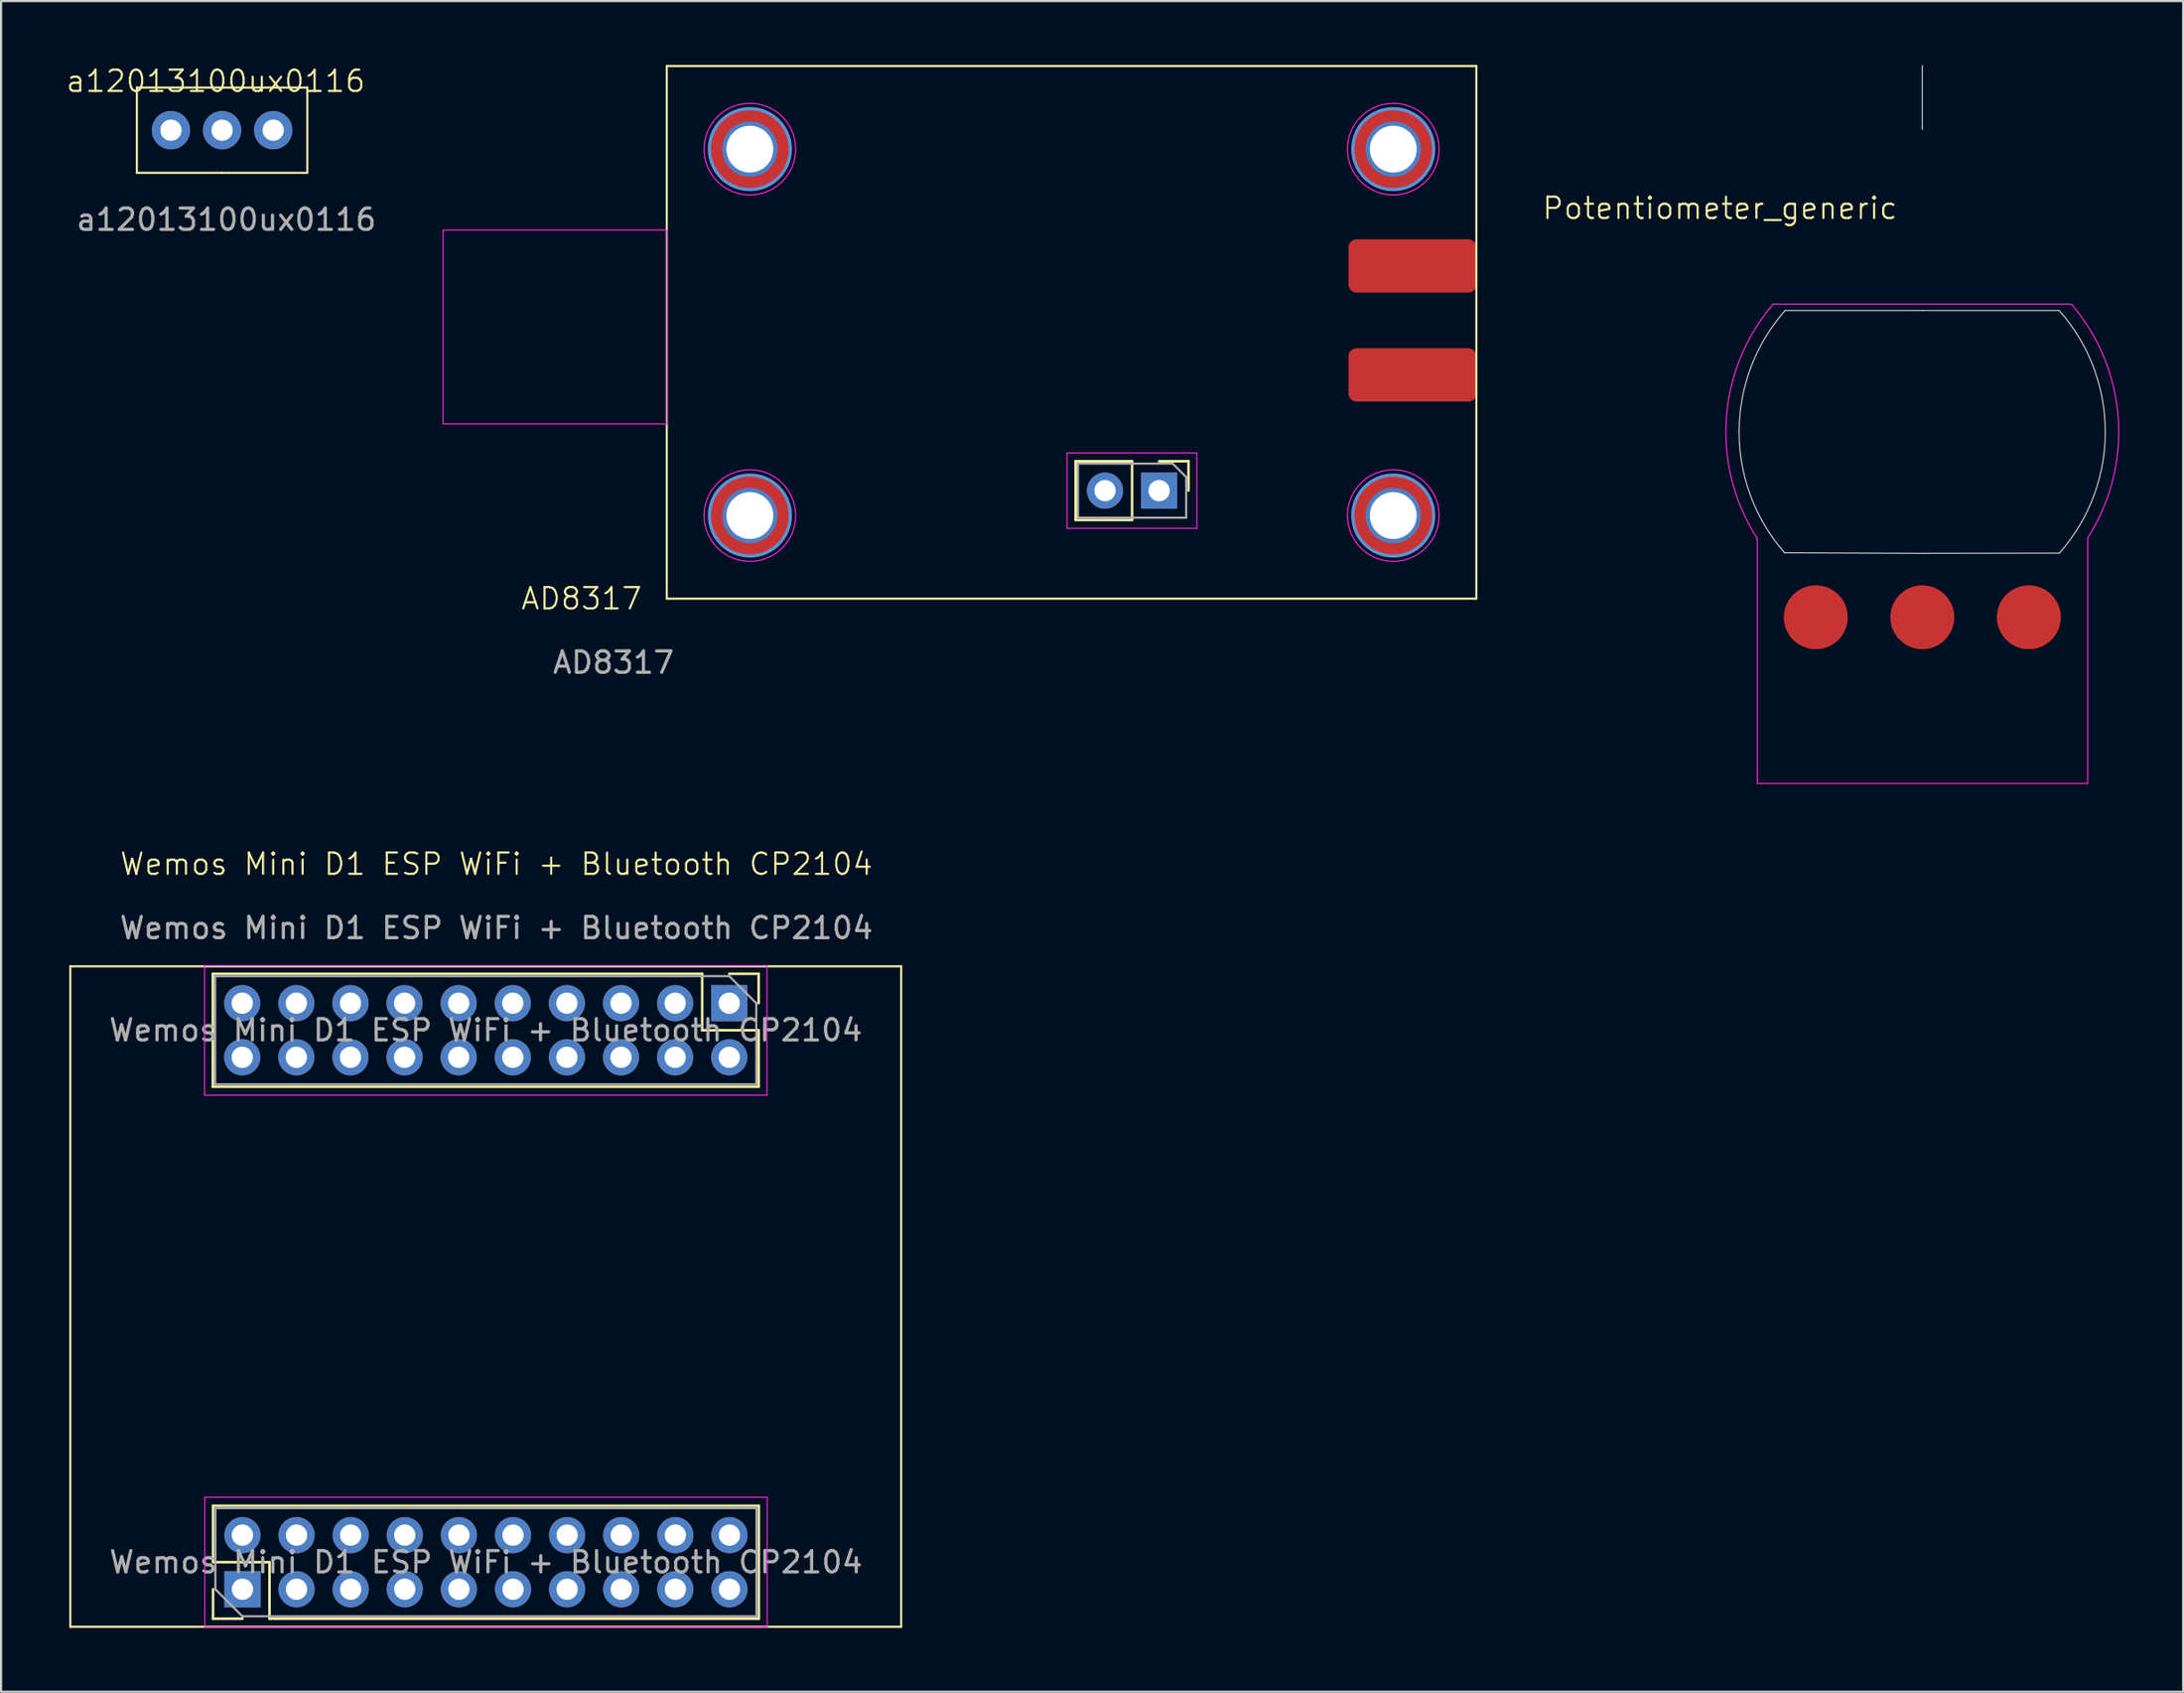
<source format=kicad_pcb>
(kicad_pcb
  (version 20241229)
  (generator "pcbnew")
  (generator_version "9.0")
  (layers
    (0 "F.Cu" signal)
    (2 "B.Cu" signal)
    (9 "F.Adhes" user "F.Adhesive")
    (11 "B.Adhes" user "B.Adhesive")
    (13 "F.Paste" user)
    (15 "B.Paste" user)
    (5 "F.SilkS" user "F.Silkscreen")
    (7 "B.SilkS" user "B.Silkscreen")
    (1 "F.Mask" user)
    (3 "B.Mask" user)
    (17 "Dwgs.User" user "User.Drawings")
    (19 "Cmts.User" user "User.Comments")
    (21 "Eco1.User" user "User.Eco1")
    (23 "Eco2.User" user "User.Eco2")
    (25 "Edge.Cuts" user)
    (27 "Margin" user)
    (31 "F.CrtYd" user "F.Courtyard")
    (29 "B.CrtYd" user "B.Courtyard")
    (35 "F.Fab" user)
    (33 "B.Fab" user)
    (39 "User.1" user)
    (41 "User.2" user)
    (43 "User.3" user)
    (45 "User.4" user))
  (footprint "a12013100ux0116"
    (layer "F.Cu")
    (at 7.374 3.061)
    (property "Reference" "a12013100ux0116" (at -0.3 -2.3 0) (unlocked yes) (layer "F.SilkS") (effects (font (size 1 1) (thickness 0.1))))
    (attr through_hole)
    (fp_line (start -4 -2) (end 0 -2) (stroke (width 0.1) (type default)) (layer "F.SilkS"))
    (fp_line (start -4 2) (end -4 -2) (stroke (width 0.1) (type default)) (layer "F.SilkS"))
    (fp_line (start 0 -2) (end 4 -2) (stroke (width 0.1) (type default)) (layer "F.SilkS"))
    (fp_line (start 0 2) (end -4 2) (stroke (width 0.1) (type default)) (layer "F.SilkS"))
    (fp_line (start 4 -2) (end 4 2) (stroke (width 0.1) (type default)) (layer "F.SilkS"))
    (fp_line (start 4 2) (end 0 2) (stroke (width 0.1) (type default)) (layer "F.SilkS"))
    (fp_text user "${REFERENCE}" (at 0.2 4.2 0) (unlocked yes) (layer "F.Fab") (effects (font (size 1 1) (thickness 0.15))))
    (pad "1" thru_hole circle (at -2.4 0) (size 1.8 1.8) (drill 1) (layers "*.Cu" "*.Mask"))
    (pad "2" thru_hole circle (at 0 0) (size 1.8 1.8) (drill 1) (layers "*.Cu" "*.Mask"))
    (pad "3" thru_hole circle (at 2.4 0) (size 1.8 1.8) (drill 1) (layers "*.Cu" "*.Mask")))
  (footprint "AD8317"
    (layer "F.Cu")
    (at 28.248 25.05)
    (property "Reference" "AD8317" (at -4 0 0) (unlocked yes) (layer "F.SilkS") (effects (font (size 1 1) (thickness 0.1))))
    (attr smd)
    (fp_line (start 0 -25) (end 38 -25) (stroke (width 0.1) (type default)) (layer "F.SilkS"))
    (fp_line (start 0 0) (end 0 -25) (stroke (width 0.1) (type default)) (layer "F.SilkS"))
    (fp_line (start 19.19 -6.45) (end 19.19 -3.69) (stroke (width 0.12) (type solid)) (layer "F.SilkS"))
    (fp_line (start 21.84 -6.45) (end 19.19 -6.45) (stroke (width 0.12) (type solid)) (layer "F.SilkS"))
    (fp_line (start 21.84 -6.45) (end 21.84 -3.69) (stroke (width 0.12) (type solid)) (layer "F.SilkS"))
    (fp_line (start 21.84 -3.69) (end 19.19 -3.69) (stroke (width 0.12) (type solid)) (layer "F.SilkS"))
    (fp_line (start 23.11 -6.45) (end 24.49 -6.45) (stroke (width 0.12) (type solid)) (layer "F.SilkS"))
    (fp_line (start 24.49 -6.45) (end 24.49 -5.07) (stroke (width 0.12) (type solid)) (layer "F.SilkS"))
    (fp_line (start 38 -25) (end 38 0) (stroke (width 0.1) (type default)) (layer "F.SilkS"))
    (fp_line (start 38 0) (end 0 0) (stroke (width 0.1) (type default)) (layer "F.SilkS"))
    (fp_circle (center 3.9 -21.1) (end 5.8 -21.1) (stroke (width 0.15) (type solid)) (fill no) (layer "Cmts.User"))
    (fp_circle (center 3.9 -3.9) (end 5.8 -3.9) (stroke (width 0.15) (type solid)) (fill no) (layer "Cmts.User"))
    (fp_circle (center 34.1 -21.1) (end 36 -21.1) (stroke (width 0.15) (type solid)) (fill no) (layer "Cmts.User"))
    (fp_circle (center 34.1 -3.9) (end 36 -3.9) (stroke (width 0.15) (type solid)) (fill no) (layer "Cmts.User"))
    (fp_line (start 18.79 -6.84) (end 18.79 -3.3) (stroke (width 0.05) (type solid)) (layer "F.CrtYd"))
    (fp_line (start 18.79 -3.3) (end 24.88 -3.3) (stroke (width 0.05) (type solid)) (layer "F.CrtYd"))
    (fp_line (start 24.88 -6.84) (end 18.79 -6.84) (stroke (width 0.05) (type solid)) (layer "F.CrtYd"))
    (fp_line (start 24.88 -3.3) (end 24.88 -6.84) (stroke (width 0.05) (type solid)) (layer "F.CrtYd"))
    (fp_rect (start -10.5 -17.3) (end 0 -8.2) (stroke (width 0.05) (type default)) (fill no) (layer "F.CrtYd"))
    (fp_circle (center 3.9 -21.1) (end 6.05 -21.1) (stroke (width 0.05) (type solid)) (fill no) (layer "F.CrtYd"))
    (fp_circle (center 3.9 -3.9) (end 6.05 -3.9) (stroke (width 0.05) (type solid)) (fill no) (layer "F.CrtYd"))
    (fp_circle (center 34.1 -21.1) (end 36.25 -21.1) (stroke (width 0.05) (type solid)) (fill no) (layer "F.CrtYd"))
    (fp_circle (center 34.1 -3.9) (end 36.25 -3.9) (stroke (width 0.05) (type solid)) (fill no) (layer "F.CrtYd"))
    (fp_line (start 19.3 -6.34) (end 23.745 -6.34) (stroke (width 0.1) (type solid)) (layer "F.Fab"))
    (fp_line (start 19.3 -3.8) (end 19.3 -6.34) (stroke (width 0.1) (type solid)) (layer "F.Fab"))
    (fp_line (start 23.745 -6.34) (end 24.38 -5.705) (stroke (width 0.1) (type solid)) (layer "F.Fab"))
    (fp_line (start 24.38 -5.705) (end 24.38 -3.8) (stroke (width 0.1) (type solid)) (layer "F.Fab"))
    (fp_line (start 24.38 -3.8) (end 19.3 -3.8) (stroke (width 0.1) (type solid)) (layer "F.Fab"))
    (fp_text user "${REFERENCE}" (at -2.5 3 0) (unlocked yes) (layer "F.Fab") (effects (font (size 1 1) (thickness 0.15))))
    (pad "1" thru_hole circle (at 3.9 -21.1) (size 2.6 2.6) (drill 2.2) (layers "*.Cu" "*.Mask"))
    (pad "1" connect circle (at 3.9 -21.1) (size 3.8 3.8) (layers "F.Cu" "F.Mask"))
    (pad "1" thru_hole circle (at 3.9 -3.9) (size 2.6 2.6) (drill 2.2) (layers "*.Cu" "*.Mask"))
    (pad "1" connect circle (at 3.9 -3.9) (size 3.8 3.8) (layers "F.Cu" "F.Mask"))
    (pad "1" thru_hole circle (at 34.1 -21.1) (size 2.6 2.6) (drill 2.2) (layers "*.Cu" "*.Mask"))
    (pad "1" connect circle (at 34.1 -21.1) (size 3.8 3.8) (layers "F.Cu" "F.Mask"))
    (pad "1" thru_hole circle (at 34.1 -3.9) (size 2.6 2.6) (drill 2.2) (layers "*.Cu" "*.Mask"))
    (pad "1" connect circle (at 34.1 -3.9) (size 3.8 3.8) (layers "F.Cu" "F.Mask"))
    (pad "1" smd roundrect (at 35 -15.617) (size 6 2.5) (layers "F.Cu" "F.Mask" "F.Paste") (roundrect_rratio 0.15))
    (pad "2" smd roundrect (at 35 -10.5) (size 6 2.5) (layers "F.Cu" "F.Mask" "F.Paste") (roundrect_rratio 0.15))
    (pad "3" thru_hole rect (at 23.11 -5.07 270) (size 1.7 1.7) (drill 1) (layers "*.Cu" "*.Mask"))
    (pad "4" thru_hole circle (at 20.57 -5.07 270) (size 1.7 1.7) (drill 1) (layers "*.Cu" "*.Mask")))
  (footprint "Potentiometer_generic"
    (layer "F.Cu")
    (at 87.181 17.225)
    (property "Reference" "Potentiometer_generic" (at -9.5 -10.5 0) (unlocked yes) (layer "F.SilkS") (effects (font (size 1 1) (thickness 0.1))))
    (attr through_hole)
    (fp_line (start 0 -17.2) (end 0 -14.2) (stroke (width 0.05) (type default)) (layer "Edge.Cuts"))
    (fp_line (start 0 -5.7) (end -6.425 -5.7) (stroke (width 0.05) (type default)) (layer "Edge.Cuts"))
    (fp_line (start 0 -5.7) (end 6.425 -5.7) (stroke (width 0.05) (type default)) (layer "Edge.Cuts"))
    (fp_line (start 0 5.7) (end -6.466 5.67) (stroke (width 0.05) (type default)) (layer "Edge.Cuts"))
    (fp_line (start 0 5.7) (end 6.436 5.688) (stroke (width 0.05) (type default)) (layer "Edge.Cuts"))
    (fp_arc (start -8.6 0) (mid -8.040083 -3.052386) (end -6.433241 -5.707311) (stroke (width 0.05) (type default)) (layer "Edge.Cuts"))
    (fp_arc (start -6.465993 5.670179) (mid -8.048836 3.029229) (end -8.6 0) (stroke (width 0.05) (type default)) (layer "Edge.Cuts"))
    (fp_arc (start 6.425 -5.7) (mid 8.588979 -0.008277) (end 6.435975 5.687606) (stroke (width 0.05) (type default)) (layer "Edge.Cuts"))
    (fp_line (start -7.747 16.5) (end 7.762 16.5) (stroke (width 0.05) (type default)) (layer "F.CrtYd"))
    (fp_line (start -7.747 4.998) (end -7.747 16.5) (stroke (width 0.05) (type default)) (layer "F.CrtYd"))
    (fp_line (start -7 -6) (end 7 -6) (stroke (width 0.05) (type default)) (layer "F.CrtYd"))
    (fp_line (start 7.762 4.975) (end 7.762 16.5) (stroke (width 0.05) (type default)) (layer "F.CrtYd"))
    (fp_arc (start -7.747152 4.998163) (mid -9.198343 -0.624883) (end -7 -6) (stroke (width 0.05) (type default)) (layer "F.CrtYd"))
    (fp_arc (start 7 -6) (mid 9.197419 -0.638338) (end 7.761742 4.975475) (stroke (width 0.05) (type default)) (layer "F.CrtYd"))
    (pad "1" smd circle (at -5 8.7) (size 3 3) (layers "F.Cu" "F.Mask" "F.Paste"))
    (pad "2" smd circle (at 0 8.7) (size 3 3) (layers "F.Cu" "F.Mask" "F.Paste"))
    (pad "3" smd circle (at 5 8.7) (size 3 3) (layers "F.Cu" "F.Mask" "F.Paste")))
  (footprint "Wemos Mini D1 ESP WiFi + Bluetooth CP2104"
    (layer "F.Cu")
    (at 0.25 42.31)
    (property "Reference" "Wemos Mini D1 ESP WiFi + Bluetooth CP2104" (at 20 -4.8 0) (unlocked yes) (layer "F.SilkS") (effects (font (size 1 1) (thickness 0.1))))
    (attr smd)
    (fp_line (start 0 0) (end 39 0) (stroke (width 0.1) (type default)) (layer "F.SilkS"))
    (fp_line (start 0 31) (end 0 0) (stroke (width 0.1) (type default)) (layer "F.SilkS"))
    (fp_line (start 6.69 0.35) (end 6.69 5.65) (stroke (width 0.12) (type solid)) (layer "F.SilkS"))
    (fp_line (start 6.7 25.32) (end 32.32 25.32) (stroke (width 0.12) (type solid)) (layer "F.SilkS"))
    (fp_line (start 6.7 27.97) (end 6.7 25.32) (stroke (width 0.12) (type solid)) (layer "F.SilkS"))
    (fp_line (start 6.7 30.62) (end 6.7 29.24) (stroke (width 0.12) (type solid)) (layer "F.SilkS"))
    (fp_line (start 8.08 30.62) (end 6.7 30.62) (stroke (width 0.12) (type solid)) (layer "F.SilkS"))
    (fp_line (start 9.35 27.97) (end 6.7 27.97) (stroke (width 0.12) (type solid)) (layer "F.SilkS"))
    (fp_line (start 9.35 30.62) (end 9.35 27.97) (stroke (width 0.12) (type solid)) (layer "F.SilkS"))
    (fp_line (start 9.35 30.62) (end 32.32 30.62) (stroke (width 0.12) (type solid)) (layer "F.SilkS"))
    (fp_line (start 29.66 0.35) (end 6.69 0.35) (stroke (width 0.12) (type solid)) (layer "F.SilkS"))
    (fp_line (start 29.66 0.35) (end 29.66 3) (stroke (width 0.12) (type solid)) (layer "F.SilkS"))
    (fp_line (start 29.66 3) (end 32.31 3) (stroke (width 0.12) (type solid)) (layer "F.SilkS"))
    (fp_line (start 30.93 0.35) (end 32.31 0.35) (stroke (width 0.12) (type solid)) (layer "F.SilkS"))
    (fp_line (start 32.31 0.35) (end 32.31 1.73) (stroke (width 0.12) (type solid)) (layer "F.SilkS"))
    (fp_line (start 32.31 3) (end 32.31 5.65) (stroke (width 0.12) (type solid)) (layer "F.SilkS"))
    (fp_line (start 32.31 5.65) (end 6.69 5.65) (stroke (width 0.12) (type solid)) (layer "F.SilkS"))
    (fp_line (start 32.32 30.62) (end 32.32 25.32) (stroke (width 0.12) (type solid)) (layer "F.SilkS"))
    (fp_line (start 39 0) (end 39 31) (stroke (width 0.1) (type default)) (layer "F.SilkS"))
    (fp_line (start 39 31) (end 0 31) (stroke (width 0.1) (type default)) (layer "F.SilkS"))
    (fp_line (start 6.3 -0.04) (end 6.3 6.05) (stroke (width 0.05) (type solid)) (layer "F.CrtYd"))
    (fp_line (start 6.3 6.05) (end 32.7 6.05) (stroke (width 0.05) (type solid)) (layer "F.CrtYd"))
    (fp_line (start 6.31 24.92) (end 6.31 31.01) (stroke (width 0.05) (type solid)) (layer "F.CrtYd"))
    (fp_line (start 6.31 31.01) (end 32.71 31.01) (stroke (width 0.05) (type solid)) (layer "F.CrtYd"))
    (fp_line (start 32.7 -0.04) (end 6.3 -0.04) (stroke (width 0.05) (type solid)) (layer "F.CrtYd"))
    (fp_line (start 32.7 6.05) (end 32.7 -0.04) (stroke (width 0.05) (type solid)) (layer "F.CrtYd"))
    (fp_line (start 32.71 24.92) (end 6.31 24.92) (stroke (width 0.05) (type solid)) (layer "F.CrtYd"))
    (fp_line (start 32.71 31.01) (end 32.71 24.92) (stroke (width 0.05) (type solid)) (layer "F.CrtYd"))
    (fp_line (start 6.8 0.46) (end 30.93 0.46) (stroke (width 0.1) (type solid)) (layer "F.Fab"))
    (fp_line (start 6.8 5.54) (end 6.8 0.46) (stroke (width 0.1) (type solid)) (layer "F.Fab"))
    (fp_line (start 6.81 25.43) (end 32.21 25.43) (stroke (width 0.1) (type solid)) (layer "F.Fab"))
    (fp_line (start 6.81 29.24) (end 6.81 25.43) (stroke (width 0.1) (type solid)) (layer "F.Fab"))
    (fp_line (start 8.08 30.51) (end 6.81 29.24) (stroke (width 0.1) (type solid)) (layer "F.Fab"))
    (fp_line (start 30.93 0.46) (end 32.2 1.73) (stroke (width 0.1) (type solid)) (layer "F.Fab"))
    (fp_line (start 32.2 1.73) (end 32.2 5.54) (stroke (width 0.1) (type solid)) (layer "F.Fab"))
    (fp_line (start 32.2 5.54) (end 6.8 5.54) (stroke (width 0.1) (type solid)) (layer "F.Fab"))
    (fp_line (start 32.21 25.43) (end 32.21 30.51) (stroke (width 0.1) (type solid)) (layer "F.Fab"))
    (fp_line (start 32.21 30.51) (end 8.08 30.51) (stroke (width 0.1) (type solid)) (layer "F.Fab"))
    (fp_text user "${REFERENCE}" (at 19.5 3 0) (layer "F.Fab") (effects (font (size 1 1) (thickness 0.15))))
    (fp_text user "${REFERENCE}" (at 19.51 27.97 180) (layer "F.Fab") (effects (font (size 1 1) (thickness 0.15))))
    (fp_text user "${REFERENCE}" (at 20 -1.8 0) (unlocked yes) (layer "F.Fab") (effects (font (size 1 1) (thickness 0.15))))
    (pad "1" thru_hole rect (at 30.93 1.73 270) (size 1.7 1.7) (drill 1) (layers "*.Cu" "*.Mask"))
    (pad "2" thru_hole circle (at 28.39 1.73 270) (size 1.7 1.7) (drill 1) (layers "*.Cu" "*.Mask"))
    (pad "3" thru_hole circle (at 25.85 1.73 270) (size 1.7 1.7) (drill 1) (layers "*.Cu" "*.Mask"))
    (pad "4" thru_hole circle (at 23.31 1.73 270) (size 1.7 1.7) (drill 1) (layers "*.Cu" "*.Mask"))
    (pad "5" thru_hole circle (at 20.77 1.73 270) (size 1.7 1.7) (drill 1) (layers "*.Cu" "*.Mask"))
    (pad "6" thru_hole circle (at 18.23 1.73 270) (size 1.7 1.7) (drill 1) (layers "*.Cu" "*.Mask"))
    (pad "7" thru_hole circle (at 15.69 1.73 270) (size 1.7 1.7) (drill 1) (layers "*.Cu" "*.Mask"))
    (pad "8" thru_hole circle (at 13.15 1.73 270) (size 1.7 1.7) (drill 1) (layers "*.Cu" "*.Mask"))
    (pad "9" thru_hole circle (at 10.61 1.73 270) (size 1.7 1.7) (drill 1) (layers "*.Cu" "*.Mask"))
    (pad "10" thru_hole circle (at 8.07 1.73 270) (size 1.7 1.7) (drill 1) (layers "*.Cu" "*.Mask"))
    (pad "11" thru_hole circle (at 30.93 4.27 270) (size 1.7 1.7) (drill 1) (layers "*.Cu" "*.Mask"))
    (pad "12" thru_hole circle (at 28.39 4.27 270) (size 1.7 1.7) (drill 1) (layers "*.Cu" "*.Mask"))
    (pad "13" thru_hole circle (at 25.85 4.27 270) (size 1.7 1.7) (drill 1) (layers "*.Cu" "*.Mask"))
    (pad "14" thru_hole circle (at 23.31 4.27 270) (size 1.7 1.7) (drill 1) (layers "*.Cu" "*.Mask"))
    (pad "15" thru_hole circle (at 20.77 4.27 270) (size 1.7 1.7) (drill 1) (layers "*.Cu" "*.Mask"))
    (pad "16" thru_hole circle (at 18.23 4.27 270) (size 1.7 1.7) (drill 1) (layers "*.Cu" "*.Mask"))
    (pad "17" thru_hole circle (at 15.69 4.27 270) (size 1.7 1.7) (drill 1) (layers "*.Cu" "*.Mask"))
    (pad "18" thru_hole circle (at 13.15 4.27 270) (size 1.7 1.7) (drill 1) (layers "*.Cu" "*.Mask"))
    (pad "19" thru_hole circle (at 10.61 4.27 270) (size 1.7 1.7) (drill 1) (layers "*.Cu" "*.Mask"))
    (pad "20" thru_hole circle (at 8.07 4.27 270) (size 1.7 1.7) (drill 1) (layers "*.Cu" "*.Mask"))
    (pad "21" thru_hole circle (at 30.94 26.7 90) (size 1.7 1.7) (drill 1) (layers "*.Cu" "*.Mask"))
    (pad "22" thru_hole circle (at 28.4 26.7 90) (size 1.7 1.7) (drill 1) (layers "*.Cu" "*.Mask"))
    (pad "23" thru_hole circle (at 25.86 26.7 90) (size 1.7 1.7) (drill 1) (layers "*.Cu" "*.Mask"))
    (pad "24" thru_hole circle (at 23.32 26.7 90) (size 1.7 1.7) (drill 1) (layers "*.Cu" "*.Mask"))
    (pad "25" thru_hole circle (at 20.78 26.7 90) (size 1.7 1.7) (drill 1) (layers "*.Cu" "*.Mask"))
    (pad "26" thru_hole circle (at 18.24 26.7 90) (size 1.7 1.7) (drill 1) (layers "*.Cu" "*.Mask"))
    (pad "27" thru_hole circle (at 15.7 26.7 90) (size 1.7 1.7) (drill 1) (layers "*.Cu" "*.Mask"))
    (pad "28" thru_hole circle (at 13.16 26.7 90) (size 1.7 1.7) (drill 1) (layers "*.Cu" "*.Mask"))
    (pad "29" thru_hole circle (at 10.62 26.7 90) (size 1.7 1.7) (drill 1) (layers "*.Cu" "*.Mask"))
    (pad "30" thru_hole circle (at 8.08 26.7 90) (size 1.7 1.7) (drill 1) (layers "*.Cu" "*.Mask"))
    (pad "31" thru_hole circle (at 30.94 29.24 90) (size 1.7 1.7) (drill 1) (layers "*.Cu" "*.Mask"))
    (pad "32" thru_hole circle (at 28.4 29.24 90) (size 1.7 1.7) (drill 1) (layers "*.Cu" "*.Mask"))
    (pad "33" thru_hole circle (at 25.86 29.24 90) (size 1.7 1.7) (drill 1) (layers "*.Cu" "*.Mask"))
    (pad "34" thru_hole circle (at 23.32 29.24 90) (size 1.7 1.7) (drill 1) (layers "*.Cu" "*.Mask"))
    (pad "35" thru_hole circle (at 20.78 29.24 90) (size 1.7 1.7) (drill 1) (layers "*.Cu" "*.Mask"))
    (pad "36" thru_hole circle (at 18.24 29.24 90) (size 1.7 1.7) (drill 1) (layers "*.Cu" "*.Mask"))
    (pad "37" thru_hole circle (at 15.7 29.24 90) (size 1.7 1.7) (drill 1) (layers "*.Cu" "*.Mask"))
    (pad "38" thru_hole circle (at 13.16 29.24 90) (size 1.7 1.7) (drill 1) (layers "*.Cu" "*.Mask"))
    (pad "39" thru_hole circle (at 10.62 29.24 90) (size 1.7 1.7) (drill 1) (layers "*.Cu" "*.Mask"))
    (pad "40" thru_hole rect (at 8.08 29.24 90) (size 1.7 1.7) (drill 1) (layers "*.Cu" "*.Mask")))
  (gr_rect
    (start -3 -3)
    (end 99.425 76.361)
    (stroke (width 0.1) (type default))
    (fill no)
    (layer "Edge.Cuts")))
</source>
